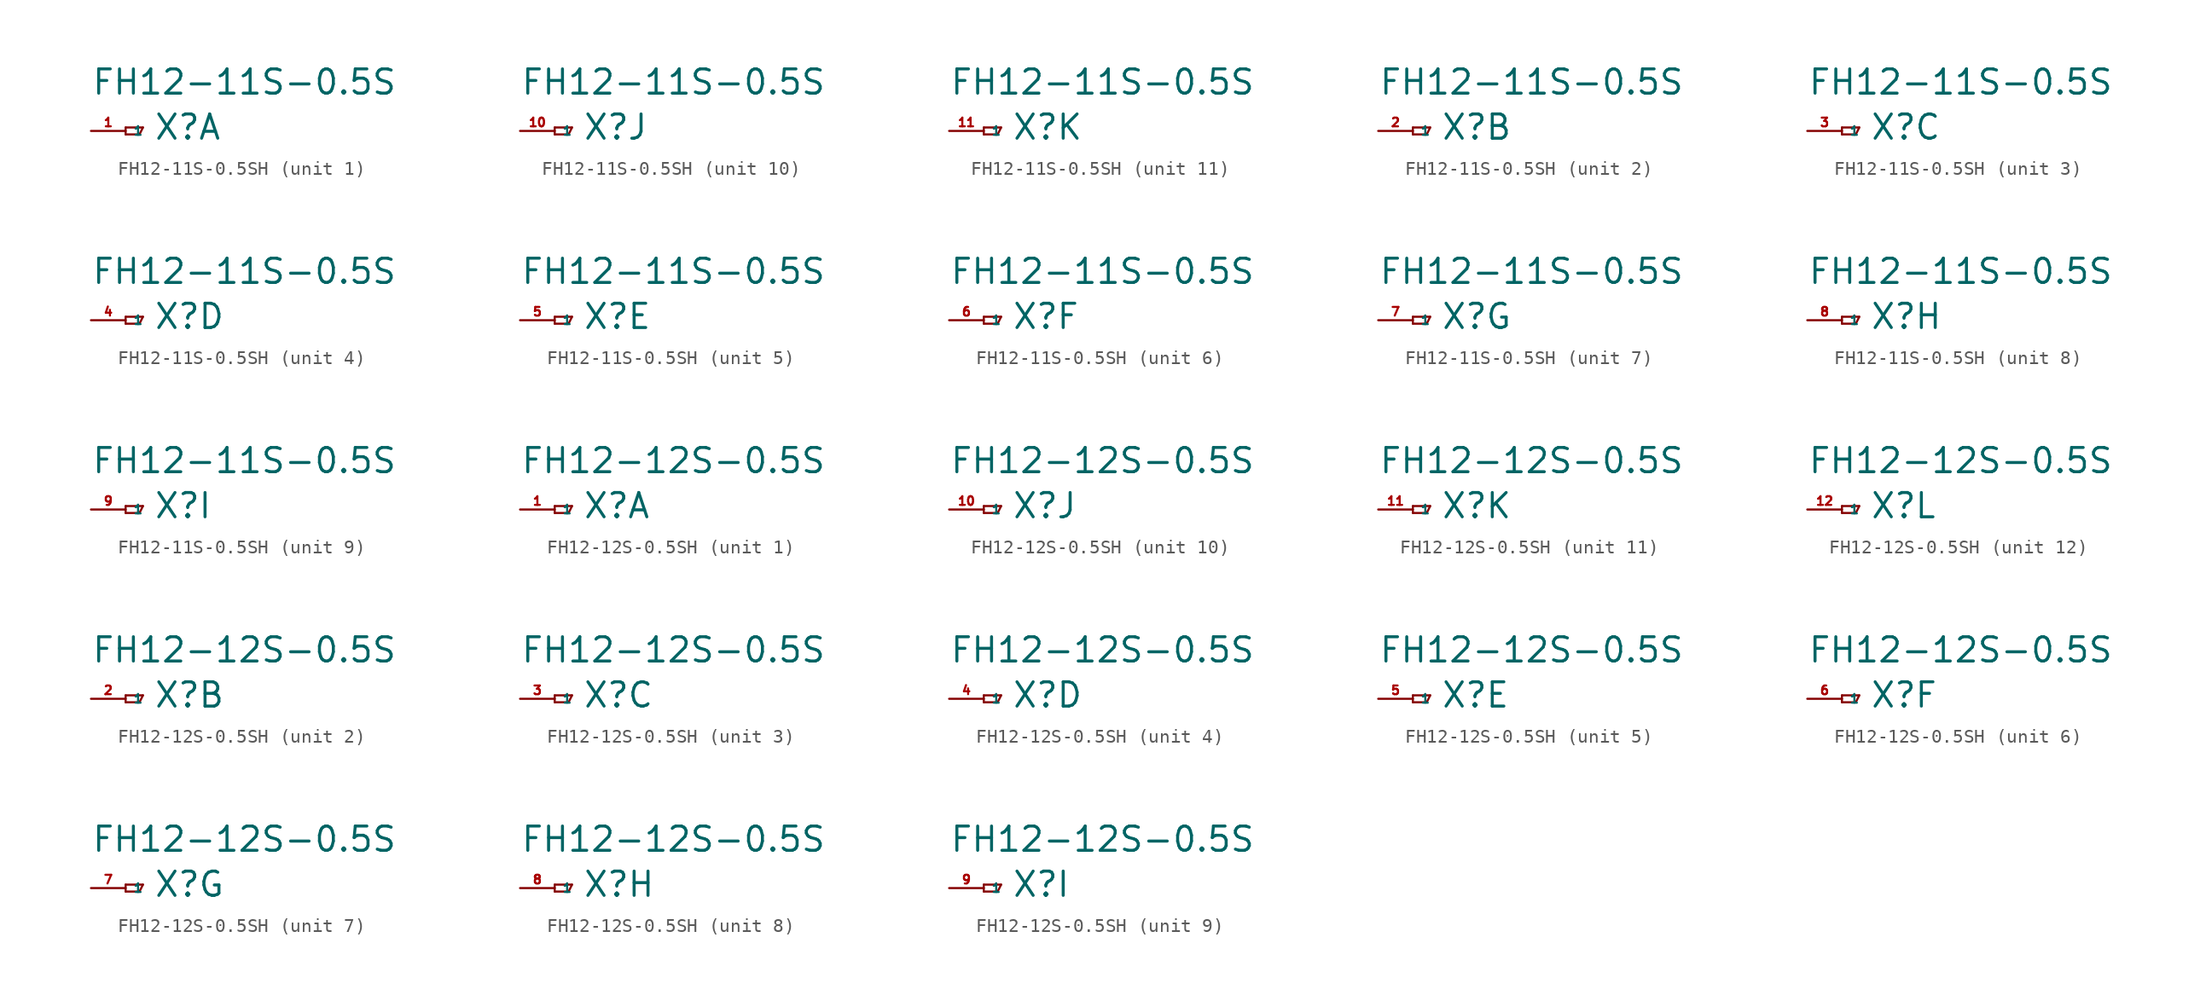
<source format=kicad_sym>
(kicad_symbol_lib
  (version 20220914)
  (generator Eagle2Kicad)
  (symbol "FH12-11S-0.5SH"
    (property "Reference" "X"
      (at 2.032 -0.762 0)
      (effects (font (size 1.778 1.778) (thickness 0.22)) (justify left bottom)))
    (property "Value" "FH12-11S-0.5S"
      (at -2.54 2.54 0)
      (effects (font (size 1.778 1.778) (thickness 0.22)) (justify left bottom)))
    (symbol "FH12-11S-0.5SH_1_0"
      (polyline (pts (xy 0 0.254) (xy 0 -0.254)) (stroke (width 0.152) (type default)) (fill (type none)))
      (polyline (pts (xy 0 -0.254) (xy 1.016 -0.254)) (stroke (width 0.152) (type default)) (fill (type none)))
      (polyline (pts (xy 1.016 -0.254) (xy 1.27 0.254)) (stroke (width 0.152) (type default)) (fill (type none)))
      (polyline (pts (xy 1.27 0.254) (xy 0 0.254)) (stroke (width 0.152) (type default)) (fill (type none)))
      (pin passive line (at -2.54 0 0) (length 2.54) (name "1" (effects (font (size 0.635 0.635) (thickness 0.08)) (justify left bottom))) (number "1" (effects (font (size 0.635 0.635) (thickness 0.08)) (justify left bottom)))))
    (symbol "FH12-11S-0.5SH_2_0"
      (polyline (pts (xy 0 0.254) (xy 0 -0.254)) (stroke (width 0.152) (type default)) (fill (type none)))
      (polyline (pts (xy 0 -0.254) (xy 1.016 -0.254)) (stroke (width 0.152) (type default)) (fill (type none)))
      (polyline (pts (xy 1.016 -0.254) (xy 1.27 0.254)) (stroke (width 0.152) (type default)) (fill (type none)))
      (polyline (pts (xy 1.27 0.254) (xy 0 0.254)) (stroke (width 0.152) (type default)) (fill (type none)))
      (pin passive line (at -2.54 0 0) (length 2.54) (name "1" (effects (font (size 0.635 0.635) (thickness 0.08)) (justify left bottom))) (number "2" (effects (font (size 0.635 0.635) (thickness 0.08)) (justify left bottom)))))
    (symbol "FH12-11S-0.5SH_3_0"
      (polyline (pts (xy 0 0.254) (xy 0 -0.254)) (stroke (width 0.152) (type default)) (fill (type none)))
      (polyline (pts (xy 0 -0.254) (xy 1.016 -0.254)) (stroke (width 0.152) (type default)) (fill (type none)))
      (polyline (pts (xy 1.016 -0.254) (xy 1.27 0.254)) (stroke (width 0.152) (type default)) (fill (type none)))
      (polyline (pts (xy 1.27 0.254) (xy 0 0.254)) (stroke (width 0.152) (type default)) (fill (type none)))
      (pin passive line (at -2.54 0 0) (length 2.54) (name "1" (effects (font (size 0.635 0.635) (thickness 0.08)) (justify left bottom))) (number "3" (effects (font (size 0.635 0.635) (thickness 0.08)) (justify left bottom)))))
    (symbol "FH12-11S-0.5SH_4_0"
      (polyline (pts (xy 0 0.254) (xy 0 -0.254)) (stroke (width 0.152) (type default)) (fill (type none)))
      (polyline (pts (xy 0 -0.254) (xy 1.016 -0.254)) (stroke (width 0.152) (type default)) (fill (type none)))
      (polyline (pts (xy 1.016 -0.254) (xy 1.27 0.254)) (stroke (width 0.152) (type default)) (fill (type none)))
      (polyline (pts (xy 1.27 0.254) (xy 0 0.254)) (stroke (width 0.152) (type default)) (fill (type none)))
      (pin passive line (at -2.54 0 0) (length 2.54) (name "1" (effects (font (size 0.635 0.635) (thickness 0.08)) (justify left bottom))) (number "4" (effects (font (size 0.635 0.635) (thickness 0.08)) (justify left bottom)))))
    (symbol "FH12-11S-0.5SH_5_0"
      (polyline (pts (xy 0 0.254) (xy 0 -0.254)) (stroke (width 0.152) (type default)) (fill (type none)))
      (polyline (pts (xy 0 -0.254) (xy 1.016 -0.254)) (stroke (width 0.152) (type default)) (fill (type none)))
      (polyline (pts (xy 1.016 -0.254) (xy 1.27 0.254)) (stroke (width 0.152) (type default)) (fill (type none)))
      (polyline (pts (xy 1.27 0.254) (xy 0 0.254)) (stroke (width 0.152) (type default)) (fill (type none)))
      (pin passive line (at -2.54 0 0) (length 2.54) (name "1" (effects (font (size 0.635 0.635) (thickness 0.08)) (justify left bottom))) (number "5" (effects (font (size 0.635 0.635) (thickness 0.08)) (justify left bottom)))))
    (symbol "FH12-11S-0.5SH_6_0"
      (polyline (pts (xy 0 0.254) (xy 0 -0.254)) (stroke (width 0.152) (type default)) (fill (type none)))
      (polyline (pts (xy 0 -0.254) (xy 1.016 -0.254)) (stroke (width 0.152) (type default)) (fill (type none)))
      (polyline (pts (xy 1.016 -0.254) (xy 1.27 0.254)) (stroke (width 0.152) (type default)) (fill (type none)))
      (polyline (pts (xy 1.27 0.254) (xy 0 0.254)) (stroke (width 0.152) (type default)) (fill (type none)))
      (pin passive line (at -2.54 0 0) (length 2.54) (name "1" (effects (font (size 0.635 0.635) (thickness 0.08)) (justify left bottom))) (number "6" (effects (font (size 0.635 0.635) (thickness 0.08)) (justify left bottom)))))
    (symbol "FH12-11S-0.5SH_7_0"
      (polyline (pts (xy 0 0.254) (xy 0 -0.254)) (stroke (width 0.152) (type default)) (fill (type none)))
      (polyline (pts (xy 0 -0.254) (xy 1.016 -0.254)) (stroke (width 0.152) (type default)) (fill (type none)))
      (polyline (pts (xy 1.016 -0.254) (xy 1.27 0.254)) (stroke (width 0.152) (type default)) (fill (type none)))
      (polyline (pts (xy 1.27 0.254) (xy 0 0.254)) (stroke (width 0.152) (type default)) (fill (type none)))
      (pin passive line (at -2.54 0 0) (length 2.54) (name "1" (effects (font (size 0.635 0.635) (thickness 0.08)) (justify left bottom))) (number "7" (effects (font (size 0.635 0.635) (thickness 0.08)) (justify left bottom)))))
    (symbol "FH12-11S-0.5SH_8_0"
      (polyline (pts (xy 0 0.254) (xy 0 -0.254)) (stroke (width 0.152) (type default)) (fill (type none)))
      (polyline (pts (xy 0 -0.254) (xy 1.016 -0.254)) (stroke (width 0.152) (type default)) (fill (type none)))
      (polyline (pts (xy 1.016 -0.254) (xy 1.27 0.254)) (stroke (width 0.152) (type default)) (fill (type none)))
      (polyline (pts (xy 1.27 0.254) (xy 0 0.254)) (stroke (width 0.152) (type default)) (fill (type none)))
      (pin passive line (at -2.54 0 0) (length 2.54) (name "1" (effects (font (size 0.635 0.635) (thickness 0.08)) (justify left bottom))) (number "8" (effects (font (size 0.635 0.635) (thickness 0.08)) (justify left bottom)))))
    (symbol "FH12-11S-0.5SH_9_0"
      (polyline (pts (xy 0 0.254) (xy 0 -0.254)) (stroke (width 0.152) (type default)) (fill (type none)))
      (polyline (pts (xy 0 -0.254) (xy 1.016 -0.254)) (stroke (width 0.152) (type default)) (fill (type none)))
      (polyline (pts (xy 1.016 -0.254) (xy 1.27 0.254)) (stroke (width 0.152) (type default)) (fill (type none)))
      (polyline (pts (xy 1.27 0.254) (xy 0 0.254)) (stroke (width 0.152) (type default)) (fill (type none)))
      (pin passive line (at -2.54 0 0) (length 2.54) (name "1" (effects (font (size 0.635 0.635) (thickness 0.08)) (justify left bottom))) (number "9" (effects (font (size 0.635 0.635) (thickness 0.08)) (justify left bottom)))))
    (symbol "FH12-11S-0.5SH_10_0"
      (polyline (pts (xy 0 0.254) (xy 0 -0.254)) (stroke (width 0.152) (type default)) (fill (type none)))
      (polyline (pts (xy 0 -0.254) (xy 1.016 -0.254)) (stroke (width 0.152) (type default)) (fill (type none)))
      (polyline (pts (xy 1.016 -0.254) (xy 1.27 0.254)) (stroke (width 0.152) (type default)) (fill (type none)))
      (polyline (pts (xy 1.27 0.254) (xy 0 0.254)) (stroke (width 0.152) (type default)) (fill (type none)))
      (pin passive line (at -2.54 0 0) (length 2.54) (name "1" (effects (font (size 0.635 0.635) (thickness 0.08)) (justify left bottom))) (number "10" (effects (font (size 0.635 0.635) (thickness 0.08)) (justify left bottom)))))
    (symbol "FH12-11S-0.5SH_11_0"
      (polyline (pts (xy 0 0.254) (xy 0 -0.254)) (stroke (width 0.152) (type default)) (fill (type none)))
      (polyline (pts (xy 0 -0.254) (xy 1.016 -0.254)) (stroke (width 0.152) (type default)) (fill (type none)))
      (polyline (pts (xy 1.016 -0.254) (xy 1.27 0.254)) (stroke (width 0.152) (type default)) (fill (type none)))
      (polyline (pts (xy 1.27 0.254) (xy 0 0.254)) (stroke (width 0.152) (type default)) (fill (type none)))
      (pin passive line (at -2.54 0 0) (length 2.54) (name "1" (effects (font (size 0.635 0.635) (thickness 0.08)) (justify left bottom))) (number "11" (effects (font (size 0.635 0.635) (thickness 0.08)) (justify left bottom))))))
  (symbol "FH12-12S-0.5SH"
    (property "Reference" "X"
      (at 2.032 -0.762 0)
      (effects (font (size 1.778 1.778) (thickness 0.22)) (justify left bottom)))
    (property "Value" "FH12-12S-0.5S"
      (at -2.54 2.54 0)
      (effects (font (size 1.778 1.778) (thickness 0.22)) (justify left bottom)))
    (symbol "FH12-12S-0.5SH_1_0"
      (polyline (pts (xy 0 0.254) (xy 0 -0.254)) (stroke (width 0.152) (type default)) (fill (type none)))
      (polyline (pts (xy 0 -0.254) (xy 1.016 -0.254)) (stroke (width 0.152) (type default)) (fill (type none)))
      (polyline (pts (xy 1.016 -0.254) (xy 1.27 0.254)) (stroke (width 0.152) (type default)) (fill (type none)))
      (polyline (pts (xy 1.27 0.254) (xy 0 0.254)) (stroke (width 0.152) (type default)) (fill (type none)))
      (pin passive line (at -2.54 0 0) (length 2.54) (name "1" (effects (font (size 0.635 0.635) (thickness 0.08)) (justify left bottom))) (number "1" (effects (font (size 0.635 0.635) (thickness 0.08)) (justify left bottom)))))
    (symbol "FH12-12S-0.5SH_2_0"
      (polyline (pts (xy 0 0.254) (xy 0 -0.254)) (stroke (width 0.152) (type default)) (fill (type none)))
      (polyline (pts (xy 0 -0.254) (xy 1.016 -0.254)) (stroke (width 0.152) (type default)) (fill (type none)))
      (polyline (pts (xy 1.016 -0.254) (xy 1.27 0.254)) (stroke (width 0.152) (type default)) (fill (type none)))
      (polyline (pts (xy 1.27 0.254) (xy 0 0.254)) (stroke (width 0.152) (type default)) (fill (type none)))
      (pin passive line (at -2.54 0 0) (length 2.54) (name "1" (effects (font (size 0.635 0.635) (thickness 0.08)) (justify left bottom))) (number "2" (effects (font (size 0.635 0.635) (thickness 0.08)) (justify left bottom)))))
    (symbol "FH12-12S-0.5SH_3_0"
      (polyline (pts (xy 0 0.254) (xy 0 -0.254)) (stroke (width 0.152) (type default)) (fill (type none)))
      (polyline (pts (xy 0 -0.254) (xy 1.016 -0.254)) (stroke (width 0.152) (type default)) (fill (type none)))
      (polyline (pts (xy 1.016 -0.254) (xy 1.27 0.254)) (stroke (width 0.152) (type default)) (fill (type none)))
      (polyline (pts (xy 1.27 0.254) (xy 0 0.254)) (stroke (width 0.152) (type default)) (fill (type none)))
      (pin passive line (at -2.54 0 0) (length 2.54) (name "1" (effects (font (size 0.635 0.635) (thickness 0.08)) (justify left bottom))) (number "3" (effects (font (size 0.635 0.635) (thickness 0.08)) (justify left bottom)))))
    (symbol "FH12-12S-0.5SH_4_0"
      (polyline (pts (xy 0 0.254) (xy 0 -0.254)) (stroke (width 0.152) (type default)) (fill (type none)))
      (polyline (pts (xy 0 -0.254) (xy 1.016 -0.254)) (stroke (width 0.152) (type default)) (fill (type none)))
      (polyline (pts (xy 1.016 -0.254) (xy 1.27 0.254)) (stroke (width 0.152) (type default)) (fill (type none)))
      (polyline (pts (xy 1.27 0.254) (xy 0 0.254)) (stroke (width 0.152) (type default)) (fill (type none)))
      (pin passive line (at -2.54 0 0) (length 2.54) (name "1" (effects (font (size 0.635 0.635) (thickness 0.08)) (justify left bottom))) (number "4" (effects (font (size 0.635 0.635) (thickness 0.08)) (justify left bottom)))))
    (symbol "FH12-12S-0.5SH_5_0"
      (polyline (pts (xy 0 0.254) (xy 0 -0.254)) (stroke (width 0.152) (type default)) (fill (type none)))
      (polyline (pts (xy 0 -0.254) (xy 1.016 -0.254)) (stroke (width 0.152) (type default)) (fill (type none)))
      (polyline (pts (xy 1.016 -0.254) (xy 1.27 0.254)) (stroke (width 0.152) (type default)) (fill (type none)))
      (polyline (pts (xy 1.27 0.254) (xy 0 0.254)) (stroke (width 0.152) (type default)) (fill (type none)))
      (pin passive line (at -2.54 0 0) (length 2.54) (name "1" (effects (font (size 0.635 0.635) (thickness 0.08)) (justify left bottom))) (number "5" (effects (font (size 0.635 0.635) (thickness 0.08)) (justify left bottom)))))
    (symbol "FH12-12S-0.5SH_6_0"
      (polyline (pts (xy 0 0.254) (xy 0 -0.254)) (stroke (width 0.152) (type default)) (fill (type none)))
      (polyline (pts (xy 0 -0.254) (xy 1.016 -0.254)) (stroke (width 0.152) (type default)) (fill (type none)))
      (polyline (pts (xy 1.016 -0.254) (xy 1.27 0.254)) (stroke (width 0.152) (type default)) (fill (type none)))
      (polyline (pts (xy 1.27 0.254) (xy 0 0.254)) (stroke (width 0.152) (type default)) (fill (type none)))
      (pin passive line (at -2.54 0 0) (length 2.54) (name "1" (effects (font (size 0.635 0.635) (thickness 0.08)) (justify left bottom))) (number "6" (effects (font (size 0.635 0.635) (thickness 0.08)) (justify left bottom)))))
    (symbol "FH12-12S-0.5SH_7_0"
      (polyline (pts (xy 0 0.254) (xy 0 -0.254)) (stroke (width 0.152) (type default)) (fill (type none)))
      (polyline (pts (xy 0 -0.254) (xy 1.016 -0.254)) (stroke (width 0.152) (type default)) (fill (type none)))
      (polyline (pts (xy 1.016 -0.254) (xy 1.27 0.254)) (stroke (width 0.152) (type default)) (fill (type none)))
      (polyline (pts (xy 1.27 0.254) (xy 0 0.254)) (stroke (width 0.152) (type default)) (fill (type none)))
      (pin passive line (at -2.54 0 0) (length 2.54) (name "1" (effects (font (size 0.635 0.635) (thickness 0.08)) (justify left bottom))) (number "7" (effects (font (size 0.635 0.635) (thickness 0.08)) (justify left bottom)))))
    (symbol "FH12-12S-0.5SH_8_0"
      (polyline (pts (xy 0 0.254) (xy 0 -0.254)) (stroke (width 0.152) (type default)) (fill (type none)))
      (polyline (pts (xy 0 -0.254) (xy 1.016 -0.254)) (stroke (width 0.152) (type default)) (fill (type none)))
      (polyline (pts (xy 1.016 -0.254) (xy 1.27 0.254)) (stroke (width 0.152) (type default)) (fill (type none)))
      (polyline (pts (xy 1.27 0.254) (xy 0 0.254)) (stroke (width 0.152) (type default)) (fill (type none)))
      (pin passive line (at -2.54 0 0) (length 2.54) (name "1" (effects (font (size 0.635 0.635) (thickness 0.08)) (justify left bottom))) (number "8" (effects (font (size 0.635 0.635) (thickness 0.08)) (justify left bottom)))))
    (symbol "FH12-12S-0.5SH_9_0"
      (polyline (pts (xy 0 0.254) (xy 0 -0.254)) (stroke (width 0.152) (type default)) (fill (type none)))
      (polyline (pts (xy 0 -0.254) (xy 1.016 -0.254)) (stroke (width 0.152) (type default)) (fill (type none)))
      (polyline (pts (xy 1.016 -0.254) (xy 1.27 0.254)) (stroke (width 0.152) (type default)) (fill (type none)))
      (polyline (pts (xy 1.27 0.254) (xy 0 0.254)) (stroke (width 0.152) (type default)) (fill (type none)))
      (pin passive line (at -2.54 0 0) (length 2.54) (name "1" (effects (font (size 0.635 0.635) (thickness 0.08)) (justify left bottom))) (number "9" (effects (font (size 0.635 0.635) (thickness 0.08)) (justify left bottom)))))
    (symbol "FH12-12S-0.5SH_10_0"
      (polyline (pts (xy 0 0.254) (xy 0 -0.254)) (stroke (width 0.152) (type default)) (fill (type none)))
      (polyline (pts (xy 0 -0.254) (xy 1.016 -0.254)) (stroke (width 0.152) (type default)) (fill (type none)))
      (polyline (pts (xy 1.016 -0.254) (xy 1.27 0.254)) (stroke (width 0.152) (type default)) (fill (type none)))
      (polyline (pts (xy 1.27 0.254) (xy 0 0.254)) (stroke (width 0.152) (type default)) (fill (type none)))
      (pin passive line (at -2.54 0 0) (length 2.54) (name "1" (effects (font (size 0.635 0.635) (thickness 0.08)) (justify left bottom))) (number "10" (effects (font (size 0.635 0.635) (thickness 0.08)) (justify left bottom)))))
    (symbol "FH12-12S-0.5SH_11_0"
      (polyline (pts (xy 0 0.254) (xy 0 -0.254)) (stroke (width 0.152) (type default)) (fill (type none)))
      (polyline (pts (xy 0 -0.254) (xy 1.016 -0.254)) (stroke (width 0.152) (type default)) (fill (type none)))
      (polyline (pts (xy 1.016 -0.254) (xy 1.27 0.254)) (stroke (width 0.152) (type default)) (fill (type none)))
      (polyline (pts (xy 1.27 0.254) (xy 0 0.254)) (stroke (width 0.152) (type default)) (fill (type none)))
      (pin passive line (at -2.54 0 0) (length 2.54) (name "1" (effects (font (size 0.635 0.635) (thickness 0.08)) (justify left bottom))) (number "11" (effects (font (size 0.635 0.635) (thickness 0.08)) (justify left bottom)))))
    (symbol "FH12-12S-0.5SH_12_0"
      (polyline (pts (xy 0 0.254) (xy 0 -0.254)) (stroke (width 0.152) (type default)) (fill (type none)))
      (polyline (pts (xy 0 -0.254) (xy 1.016 -0.254)) (stroke (width 0.152) (type default)) (fill (type none)))
      (polyline (pts (xy 1.016 -0.254) (xy 1.27 0.254)) (stroke (width 0.152) (type default)) (fill (type none)))
      (polyline (pts (xy 1.27 0.254) (xy 0 0.254)) (stroke (width 0.152) (type default)) (fill (type none)))
      (pin passive line (at -2.54 0 0) (length 2.54) (name "1" (effects (font (size 0.635 0.635) (thickness 0.08)) (justify left bottom))) (number "12" (effects (font (size 0.635 0.635) (thickness 0.08)) (justify left bottom)))))))
</source>
